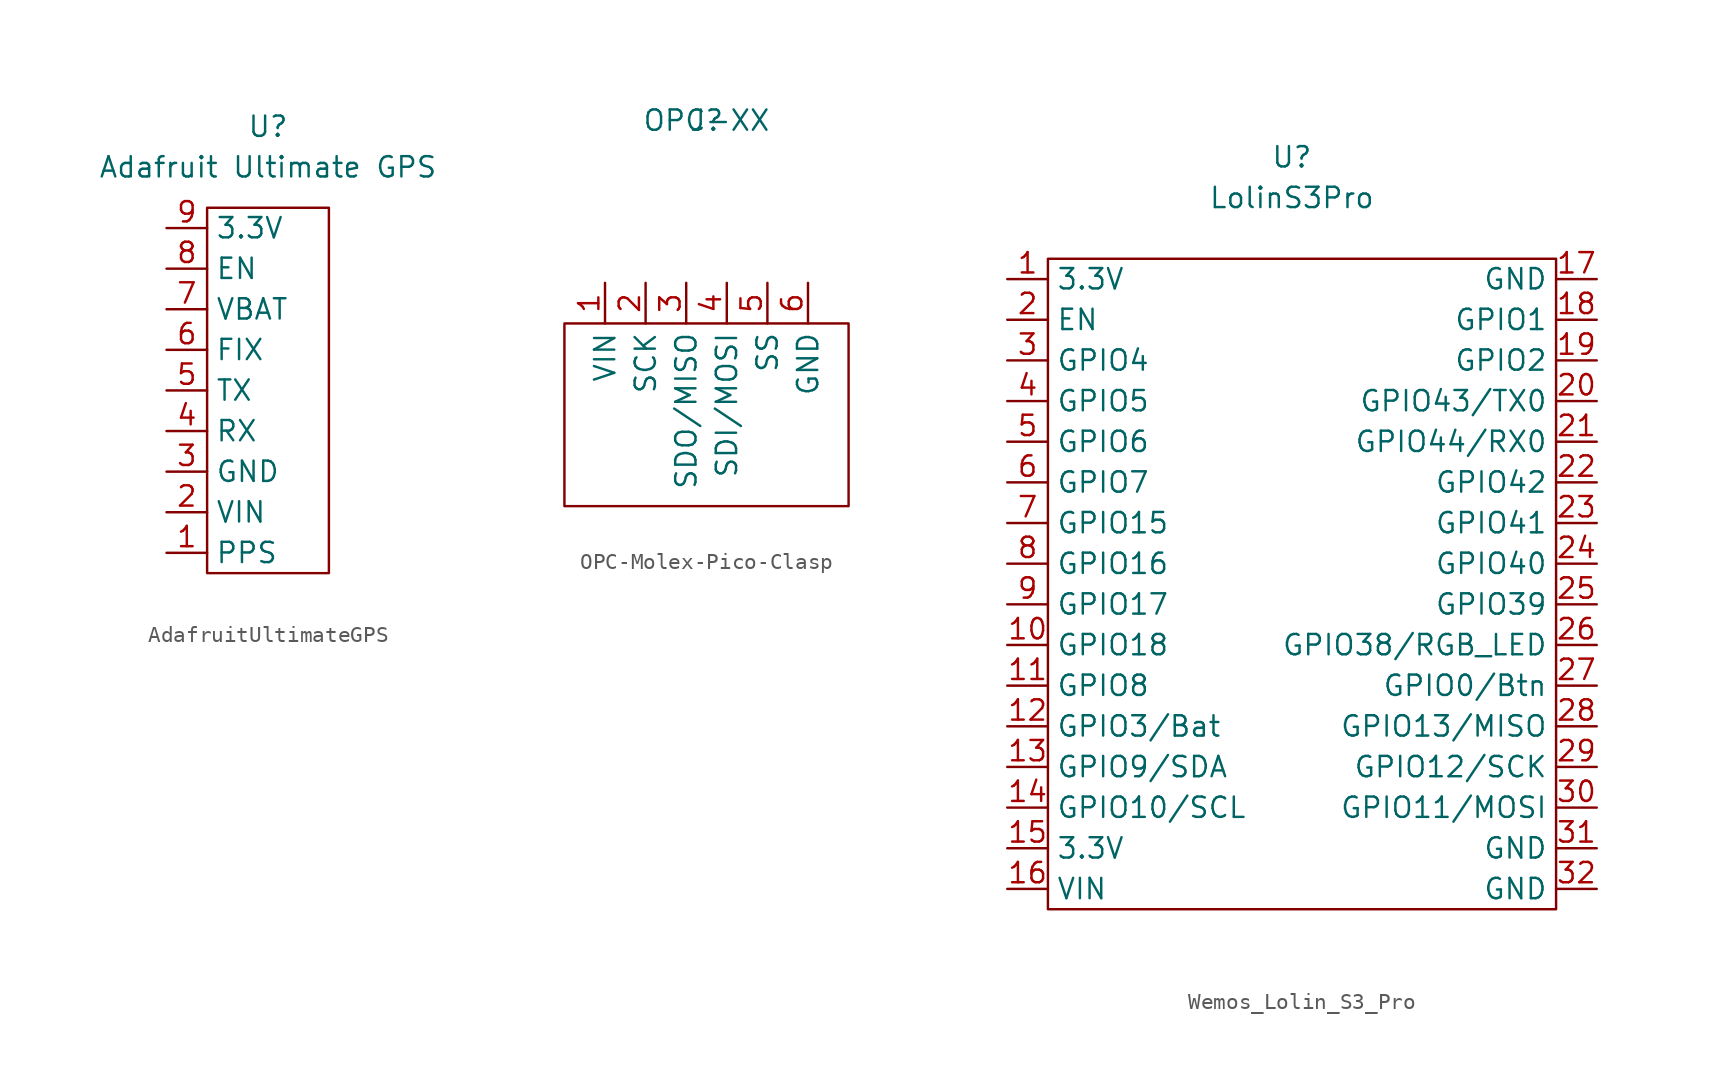
<source format=kicad_sym>
(kicad_symbol_lib
  (version 20220914)
  (generator kicad_symbol_editor)
  (symbol "AdafruitUltimateGPS"
    (property "Reference" "U"
      (at 0 5.08 0)
      (effects (font (size 1.27 1.27))))
    (property "Value" "Adafruit Ultimate GPS"
      (at 0 2.54 0)
      (effects (font (size 1.27 1.27))))
    (symbol "AdafruitUltimateGPS_0_1"
      (rectangle (start -3.81 0) (end 3.81 -22.86) (stroke (width 0) (type default)) (fill (type none))))
    (symbol "AdafruitUltimateGPS_1_1"
      (pin output line (at -6.35 -21.59 0) (length 2.54) (name "PPS" (effects (font (size 1.27 1.27)))) (number "1" (effects (font (size 1.27 1.27)))))
      (pin power_in line (at -6.35 -19.05 0) (length 2.54) (name "VIN" (effects (font (size 1.27 1.27)))) (number "2" (effects (font (size 1.27 1.27)))))
      (pin power_in line (at -6.35 -16.51 0) (length 2.54) (name "GND" (effects (font (size 1.27 1.27)))) (number "3" (effects (font (size 1.27 1.27)))))
      (pin input line (at -6.35 -13.97 0) (length 2.54) (name "RX" (effects (font (size 1.27 1.27)))) (number "4" (effects (font (size 1.27 1.27)))))
      (pin output line (at -6.35 -11.43 0) (length 2.54) (name "TX" (effects (font (size 1.27 1.27)))) (number "5" (effects (font (size 1.27 1.27)))))
      (pin output line (at -6.35 -8.89 0) (length 2.54) (name "FIX" (effects (font (size 1.27 1.27)))) (number "6" (effects (font (size 1.27 1.27)))))
      (pin power_in line (at -6.35 -6.35 0) (length 2.54) (name "VBAT" (effects (font (size 1.27 1.27)))) (number "7" (effects (font (size 1.27 1.27)))))
      (pin input line (at -6.35 -3.81 0) (length 2.54) (name "EN" (effects (font (size 1.27 1.27)))) (number "8" (effects (font (size 1.27 1.27)))))
      (pin power_out line (at -6.35 -1.27 0) (length 2.54) (name "3.3V" (effects (font (size 1.27 1.27)))) (number "9" (effects (font (size 1.27 1.27)))))))
  (symbol "OPC-Molex-Pico-Clasp"
    (property "Reference" "J"
      (at 0 0 0)
      (effects (font (size 1.27 1.27))))
    (property "Value" "OPC-XX"
      (at 0 0 0)
      (effects (font (size 1.27 1.27))))
    (symbol "OPC-Molex-Pico-Clasp_0_1"
      (rectangle (start -8.89 -12.7) (end 8.89 -24.13) (stroke (width 0) (type default)) (fill (type none))))
    (symbol "OPC-Molex-Pico-Clasp_1_1"
      (pin power_in line (at -6.35 -10.16 270) (length 2.54) (name "VIN" (effects (font (size 1.27 1.27)))) (number "1" (effects (font (size 1.27 1.27)))))
      (pin input line (at -3.81 -10.16 270) (length 2.54) (name "SCK" (effects (font (size 1.27 1.27)))) (number "2" (effects (font (size 1.27 1.27)))))
      (pin tri_state line (at -1.27 -10.16 270) (length 2.54) (name "SDO/MISO" (effects (font (size 1.27 1.27)))) (number "3" (effects (font (size 1.27 1.27)))))
      (pin input line (at 1.27 -10.16 270) (length 2.54) (name "SDI/MOSI" (effects (font (size 1.27 1.27)))) (number "4" (effects (font (size 1.27 1.27)))))
      (pin input line (at 3.81 -10.16 270) (length 2.54) (name "SS" (effects (font (size 1.27 1.27)))) (number "5" (effects (font (size 1.27 1.27)))))
      (pin power_in line (at 6.35 -10.16 270) (length 2.54) (name "GND" (effects (font (size 1.27 1.27)))) (number "6" (effects (font (size 1.27 1.27)))))))
  (symbol "Wemos_Lolin_S3_Pro"
    (property "Reference" "U"
      (at 0 26.67 0)
      (effects (font (size 1.27 1.27))))
    (property "Value" "LolinS3Pro"
      (at 0 24.13 0)
      (effects (font (size 1.27 1.27))))
    (symbol "Wemos_Lolin_S3_Pro_0_1"
      (rectangle (start -15.24 20.32) (end 16.51 -20.32) (stroke (width 0) (type default)) (fill (type none))))
    (symbol "Wemos_Lolin_S3_Pro_1_1"
      (pin power_out line (at -17.78 19.05 0) (length 2.54) (name "3.3V" (effects (font (size 1.27 1.27)))) (number "1" (effects (font (size 1.27 1.27)))))
      (pin unspecified line (at -17.78 -3.81 0) (length 2.54) (name "GPIO18" (effects (font (size 1.27 1.27)))) (number "10" (effects (font (size 1.27 1.27)))))
      (pin unspecified line (at -17.78 -6.35 0) (length 2.54) (name "GPIO8" (effects (font (size 1.27 1.27)))) (number "11" (effects (font (size 1.27 1.27)))))
      (pin unspecified line (at -17.78 -8.89 0) (length 2.54) (name "GPIO3/Bat" (effects (font (size 1.27 1.27)))) (number "12" (effects (font (size 1.27 1.27)))))
      (pin bidirectional line (at -17.78 -11.43 0) (length 2.54) (name "GPIO9/SDA" (effects (font (size 1.27 1.27)))) (number "13" (effects (font (size 1.27 1.27)))))
      (pin bidirectional line (at -17.78 -13.97 0) (length 2.54) (name "GPIO10/SCL" (effects (font (size 1.27 1.27)))) (number "14" (effects (font (size 1.27 1.27)))))
      (pin power_out line (at -17.78 -16.51 0) (length 2.54) (name "3.3V" (effects (font (size 1.27 1.27)))) (number "15" (effects (font (size 1.27 1.27)))))
      (pin power_in line (at -17.78 -19.05 0) (length 2.54) (name "VIN" (effects (font (size 1.27 1.27)))) (number "16" (effects (font (size 1.27 1.27)))))
      (pin power_in line (at 19.05 19.05 180) (length 2.54) (name "GND" (effects (font (size 1.27 1.27)))) (number "17" (effects (font (size 1.27 1.27)))))
      (pin unspecified line (at 19.05 16.51 180) (length 2.54) (name "GPIO1" (effects (font (size 1.27 1.27)))) (number "18" (effects (font (size 1.27 1.27)))))
      (pin unspecified line (at 19.05 13.97 180) (length 2.54) (name "GPIO2" (effects (font (size 1.27 1.27)))) (number "19" (effects (font (size 1.27 1.27)))))
      (pin input line (at -17.78 16.51 0) (length 2.54) (name "EN" (effects (font (size 1.27 1.27)))) (number "2" (effects (font (size 1.27 1.27)))))
      (pin unspecified line (at 19.05 11.43 180) (length 2.54) (name "GPIO43/TX0" (effects (font (size 1.27 1.27)))) (number "20" (effects (font (size 1.27 1.27)))))
      (pin unspecified line (at 19.05 8.89 180) (length 2.54) (name "GPIO44/RX0" (effects (font (size 1.27 1.27)))) (number "21" (effects (font (size 1.27 1.27)))))
      (pin unspecified line (at 19.05 6.35 180) (length 2.54) (name "GPIO42" (effects (font (size 1.27 1.27)))) (number "22" (effects (font (size 1.27 1.27)))))
      (pin unspecified line (at 19.05 3.81 180) (length 2.54) (name "GPIO41" (effects (font (size 1.27 1.27)))) (number "23" (effects (font (size 1.27 1.27)))))
      (pin unspecified line (at 19.05 1.27 180) (length 2.54) (name "GPIO40" (effects (font (size 1.27 1.27)))) (number "24" (effects (font (size 1.27 1.27)))))
      (pin unspecified line (at 19.05 -1.27 180) (length 2.54) (name "GPIO39" (effects (font (size 1.27 1.27)))) (number "25" (effects (font (size 1.27 1.27)))))
      (pin unspecified line (at 19.05 -3.81 180) (length 2.54) (name "GPIO38/RGB_LED" (effects (font (size 1.27 1.27)))) (number "26" (effects (font (size 1.27 1.27)))))
      (pin unspecified line (at 19.05 -6.35 180) (length 2.54) (name "GPIO0/Btn" (effects (font (size 1.27 1.27)))) (number "27" (effects (font (size 1.27 1.27)))))
      (pin input line (at 19.05 -8.89 180) (length 2.54) (name "GPIO13/MISO" (effects (font (size 1.27 1.27)))) (number "28" (effects (font (size 1.27 1.27)))))
      (pin output line (at 19.05 -11.43 180) (length 2.54) (name "GPIO12/SCK" (effects (font (size 1.27 1.27)))) (number "29" (effects (font (size 1.27 1.27)))))
      (pin unspecified line (at -17.78 13.97 0) (length 2.54) (name "GPIO4" (effects (font (size 1.27 1.27)))) (number "3" (effects (font (size 1.27 1.27)))))
      (pin output line (at 19.05 -13.97 180) (length 2.54) (name "GPIO11/MOSI" (effects (font (size 1.27 1.27)))) (number "30" (effects (font (size 1.27 1.27)))))
      (pin power_in line (at 19.05 -16.51 180) (length 2.54) (name "GND" (effects (font (size 1.27 1.27)))) (number "31" (effects (font (size 1.27 1.27)))))
      (pin power_in line (at 19.05 -19.05 180) (length 2.54) (name "GND" (effects (font (size 1.27 1.27)))) (number "32" (effects (font (size 1.27 1.27)))))
      (pin unspecified line (at -17.78 11.43 0) (length 2.54) (name "GPIO5" (effects (font (size 1.27 1.27)))) (number "4" (effects (font (size 1.27 1.27)))))
      (pin unspecified line (at -17.78 8.89 0) (length 2.54) (name "GPIO6" (effects (font (size 1.27 1.27)))) (number "5" (effects (font (size 1.27 1.27)))))
      (pin unspecified line (at -17.78 6.35 0) (length 2.54) (name "GPIO7" (effects (font (size 1.27 1.27)))) (number "6" (effects (font (size 1.27 1.27)))))
      (pin unspecified line (at -17.78 3.81 0) (length 2.54) (name "GPIO15" (effects (font (size 1.27 1.27)))) (number "7" (effects (font (size 1.27 1.27)))))
      (pin unspecified line (at -17.78 1.27 0) (length 2.54) (name "GPIO16" (effects (font (size 1.27 1.27)))) (number "8" (effects (font (size 1.27 1.27)))))
      (pin unspecified line (at -17.78 -1.27 0) (length 2.54) (name "GPIO17" (effects (font (size 1.27 1.27)))) (number "9" (effects (font (size 1.27 1.27))))))))
</source>
